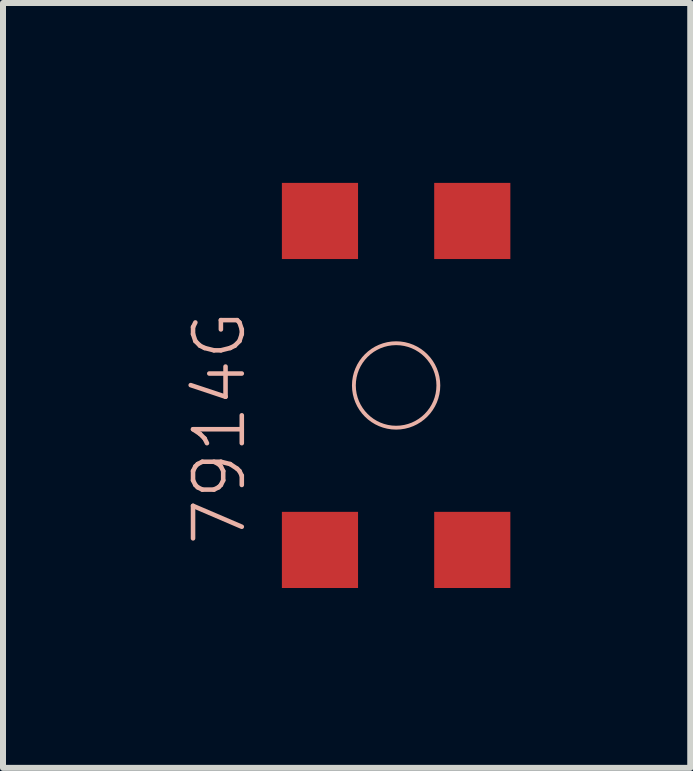
<source format=kicad_pcb>
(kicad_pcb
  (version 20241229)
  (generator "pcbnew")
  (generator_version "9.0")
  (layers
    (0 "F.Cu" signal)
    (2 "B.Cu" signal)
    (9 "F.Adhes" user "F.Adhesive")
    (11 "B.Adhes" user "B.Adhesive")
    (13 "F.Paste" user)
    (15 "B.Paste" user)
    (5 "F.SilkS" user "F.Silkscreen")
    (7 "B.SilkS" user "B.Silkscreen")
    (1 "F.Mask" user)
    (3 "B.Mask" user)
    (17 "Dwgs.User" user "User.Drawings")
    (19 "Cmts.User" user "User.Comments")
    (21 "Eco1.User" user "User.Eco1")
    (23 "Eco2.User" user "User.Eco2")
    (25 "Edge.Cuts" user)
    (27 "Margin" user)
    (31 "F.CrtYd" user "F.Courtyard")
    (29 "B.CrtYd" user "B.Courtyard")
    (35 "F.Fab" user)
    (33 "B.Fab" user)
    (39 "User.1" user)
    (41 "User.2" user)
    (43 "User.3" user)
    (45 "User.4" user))
  (footprint "7914G"
    (layer "F.Cu")
    (at 2.286 6.121)
    (property "Reference" "7914G" (at -1.676 -2.032 90) (layer "B.SilkS") (effects (font (size 0.813 0.813) (thickness 0.076))))
    (attr smd)
    (fp_circle (center 1.27 -2.743) (end 1.768 -3.241) (stroke (width 0.064) (type solid)) (fill no) (layer "B.SilkS"))
    (pad "1" smd rect (at 0 0 90) (size 1.27 1.27) (layers "F.Cu" "F.Mask" "F.Paste"))
    (pad "2" smd rect (at 0 -5.486 90) (size 1.27 1.27) (layers "F.Cu" "F.Mask" "F.Paste"))
    (pad "3" smd rect (at 2.54 0 90) (size 1.27 1.27) (layers "F.Cu" "F.Mask" "F.Paste"))
    (pad "4" smd rect (at 2.54 -5.486 90) (size 1.27 1.27) (layers "F.Cu" "F.Mask" "F.Paste")))
  (gr_rect
    (start -3 -3)
    (end 8.461 9.756)
    (stroke (width 0.1) (type default))
    (fill no)
    (layer "Edge.Cuts")))
</source>
